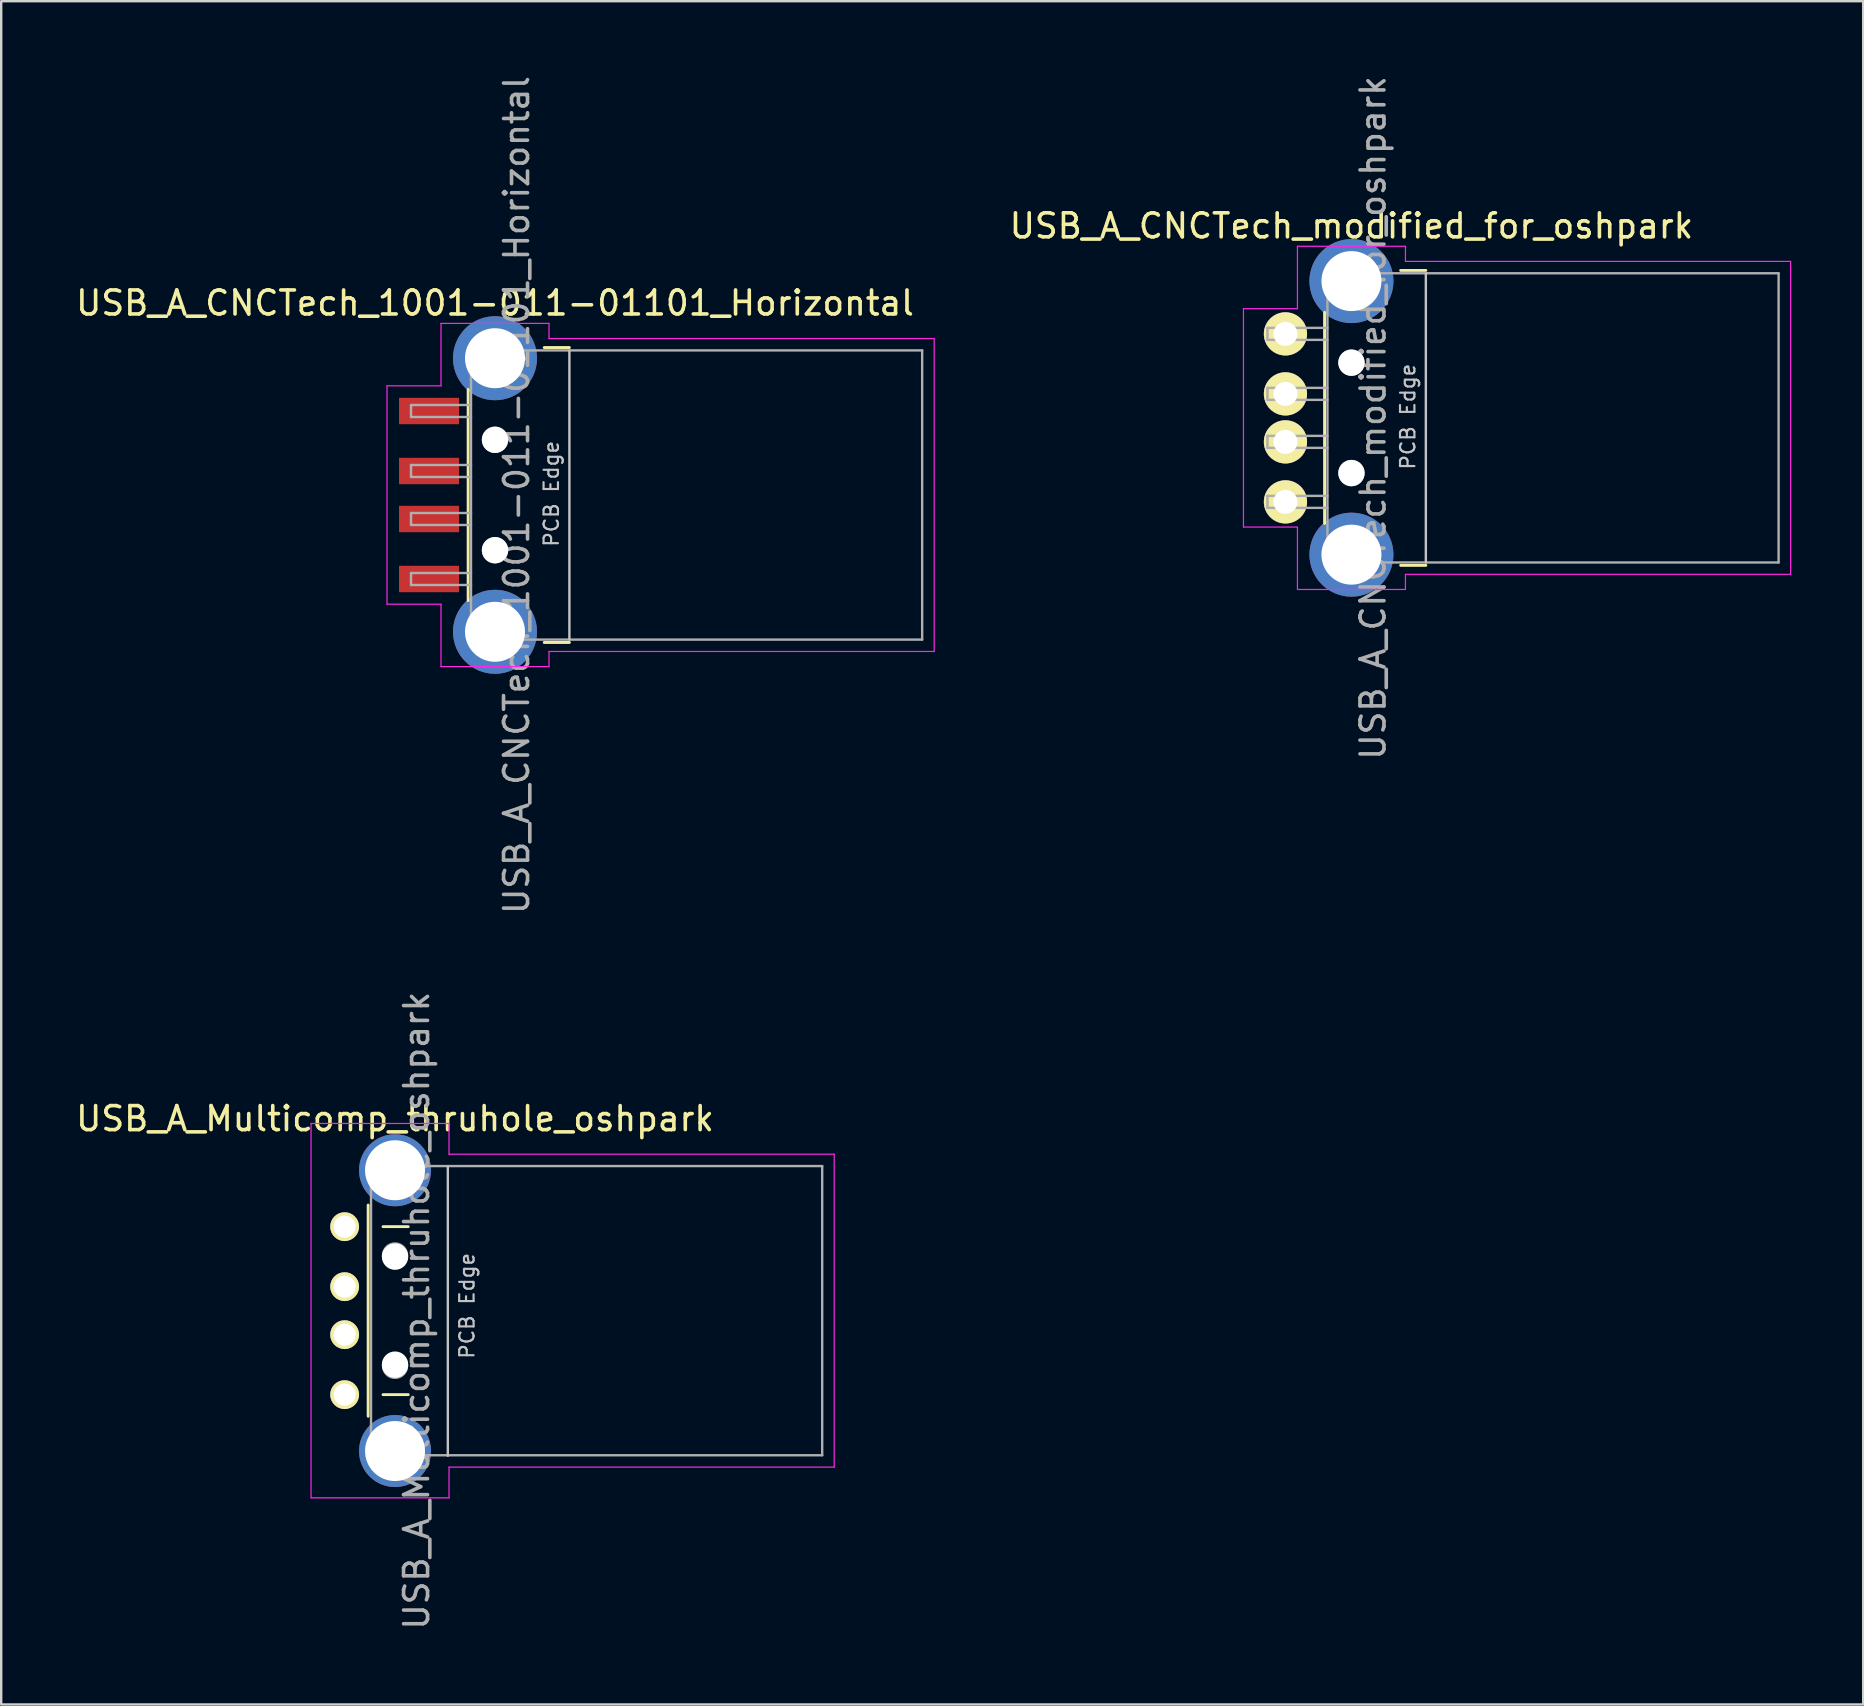
<source format=kicad_pcb>
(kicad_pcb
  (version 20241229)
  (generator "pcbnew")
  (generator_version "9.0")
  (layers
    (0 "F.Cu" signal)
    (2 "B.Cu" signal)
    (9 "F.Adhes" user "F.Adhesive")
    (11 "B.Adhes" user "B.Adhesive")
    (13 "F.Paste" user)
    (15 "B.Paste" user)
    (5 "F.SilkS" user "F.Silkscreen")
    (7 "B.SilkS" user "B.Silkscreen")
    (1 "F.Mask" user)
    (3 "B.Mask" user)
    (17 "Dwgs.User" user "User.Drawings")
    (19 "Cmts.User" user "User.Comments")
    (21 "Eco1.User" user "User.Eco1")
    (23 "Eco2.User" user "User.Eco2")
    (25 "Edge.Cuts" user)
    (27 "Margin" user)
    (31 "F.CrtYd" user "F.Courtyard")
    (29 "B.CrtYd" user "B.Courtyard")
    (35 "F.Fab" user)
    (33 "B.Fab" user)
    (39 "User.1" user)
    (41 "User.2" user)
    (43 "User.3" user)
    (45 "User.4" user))
  (footprint "USB_A_CNCTech_modified_for_oshpark"
    (layer "F.Cu")
    (at 60.165 14.363)
    (property "Reference" "USB_A_CNCTech_modified_for_oshpark" (at -6.9 -8 0) (layer "F.SilkS") (effects (font (size 1 1) (thickness 0.15))))
    (attr smd)
    (fp_line (start -8.02 -4.4) (end -8.02 4.4) (stroke (width 0.12) (type solid)) (layer "F.SilkS"))
    (fp_line (start -4.85 -6.145) (end -3.8 -6.145) (stroke (width 0.12) (type solid)) (layer "F.SilkS"))
    (fp_line (start -4.85 6.145) (end -3.8 6.145) (stroke (width 0.12) (type solid)) (layer "F.SilkS"))
    (fp_line (start -3.8 6.025) (end -3.8 -6.025) (stroke (width 0.1) (type solid)) (layer "Dwgs.User"))
    (fp_line (start -11.4 -4.55) (end -9.15 -4.55) (stroke (width 0.05) (type solid)) (layer "F.CrtYd"))
    (fp_line (start -11.4 4.55) (end -11.4 -4.55) (stroke (width 0.05) (type solid)) (layer "F.CrtYd"))
    (fp_line (start -11.4 4.55) (end -9.15 4.55) (stroke (width 0.05) (type solid)) (layer "F.CrtYd"))
    (fp_line (start -9.15 -7.15) (end -9.15 -4.55) (stroke (width 0.05) (type solid)) (layer "F.CrtYd"))
    (fp_line (start -9.15 -7.15) (end -4.65 -7.15) (stroke (width 0.05) (type solid)) (layer "F.CrtYd"))
    (fp_line (start -9.15 4.55) (end -9.15 7.15) (stroke (width 0.05) (type solid)) (layer "F.CrtYd"))
    (fp_line (start -9.15 7.15) (end -4.65 7.15) (stroke (width 0.05) (type solid)) (layer "F.CrtYd"))
    (fp_line (start -4.65 -6.52) (end -4.65 -7.15) (stroke (width 0.05) (type solid)) (layer "F.CrtYd"))
    (fp_line (start -4.65 -6.52) (end 11.4 -6.52) (stroke (width 0.05) (type solid)) (layer "F.CrtYd"))
    (fp_line (start -4.65 6.52) (end 11.4 6.52) (stroke (width 0.05) (type solid)) (layer "F.CrtYd"))
    (fp_line (start -4.65 7.15) (end -4.65 6.52) (stroke (width 0.05) (type solid)) (layer "F.CrtYd"))
    (fp_line (start 11.4 6.52) (end 11.4 -6.52) (stroke (width 0.05) (type solid)) (layer "F.CrtYd"))
    (fp_line (start -10.4 -3.75) (end -7.9 -3.75) (stroke (width 0.1) (type solid)) (layer "F.Fab"))
    (fp_line (start -10.4 -3.25) (end -10.4 -3.75) (stroke (width 0.1) (type solid)) (layer "F.Fab"))
    (fp_line (start -10.4 -3.25) (end -7.9 -3.25) (stroke (width 0.1) (type solid)) (layer "F.Fab"))
    (fp_line (start -10.4 -1.25) (end -7.9 -1.25) (stroke (width 0.1) (type solid)) (layer "F.Fab"))
    (fp_line (start -10.4 -0.75) (end -10.4 -1.25) (stroke (width 0.1) (type solid)) (layer "F.Fab"))
    (fp_line (start -10.4 -0.75) (end -7.9 -0.75) (stroke (width 0.1) (type solid)) (layer "F.Fab"))
    (fp_line (start -10.4 0.75) (end -7.9 0.75) (stroke (width 0.1) (type solid)) (layer "F.Fab"))
    (fp_line (start -10.4 1.25) (end -10.4 0.75) (stroke (width 0.1) (type solid)) (layer "F.Fab"))
    (fp_line (start -10.4 1.25) (end -7.9 1.25) (stroke (width 0.1) (type solid)) (layer "F.Fab"))
    (fp_line (start -10.4 3.25) (end -7.9 3.25) (stroke (width 0.1) (type solid)) (layer "F.Fab"))
    (fp_line (start -10.4 3.75) (end -10.4 3.25) (stroke (width 0.1) (type solid)) (layer "F.Fab"))
    (fp_line (start -10.4 3.75) (end -7.9 3.75) (stroke (width 0.1) (type solid)) (layer "F.Fab"))
    (fp_line (start -7.9 -6.025) (end 10.9 -6.025) (stroke (width 0.1) (type solid)) (layer "F.Fab"))
    (fp_line (start -7.9 6.025) (end -7.9 -6.025) (stroke (width 0.1) (type solid)) (layer "F.Fab"))
    (fp_line (start -7.9 6.025) (end 10.9 6.025) (stroke (width 0.1) (type solid)) (layer "F.Fab"))
    (fp_line (start 10.9 6.025) (end 10.9 -6.025) (stroke (width 0.1) (type solid)) (layer "F.Fab"))
    (fp_circle (center -6.9 -2.3) (end -6.9 -2.8) (stroke (width 0.1) (type solid)) (fill no) (layer "F.Fab"))
    (fp_circle (center -6.9 2.3) (end -6.9 2.8) (stroke (width 0.1) (type solid)) (fill no) (layer "F.Fab"))
    (fp_text user "PCB Edge" (at -4.55 -0.05 90) (layer "Dwgs.User") (effects (font (size 0.6 0.6) (thickness 0.09))))
    (fp_text user "${REFERENCE}" (at -6 0 90) (layer "F.Fab") (effects (font (size 1 1) (thickness 0.15))))
    (pad "" np_thru_hole circle (at -6.9 -2.3) (size 1.1 1.1) (drill 1.1) (layers "*.Cu" "*.Mask"))
    (pad "" np_thru_hole circle (at -6.9 2.3) (size 1.1 1.1) (drill 1.1) (layers "*.Cu" "*.Mask"))
    (pad "1" thru_hole circle (at -9.65 -3.5) (size 1.8 1.8) (drill 1) (layers "*.Cu" "*.Mask" "F.SilkS"))
    (pad "2" thru_hole circle (at -9.65 -1) (size 1.8 1.8) (drill 1) (layers "*.Cu" "*.Mask" "F.SilkS"))
    (pad "3" thru_hole circle (at -9.65 1) (size 1.8 1.8) (drill 1) (layers "*.Cu" "*.Mask" "F.SilkS"))
    (pad "4" thru_hole circle (at -9.65 3.5) (size 1.8 1.8) (drill 1) (layers "*.Cu" "*.Mask" "F.SilkS"))
    (pad "5" thru_hole circle (at -6.9 -5.7) (size 3.5 3.5) (drill 2.5) (layers "*.Cu" "*.Mask"))
    (pad "5" thru_hole circle (at -6.9 5.7) (size 3.5 3.5) (drill 2.5) (layers "*.Cu" "*.Mask")))
  (footprint "USB_A_Multicomp_thruhole_oshpark"
    (layer "F.Cu")
    (at 13.411 51.565)
    (property "Reference" "USB_A_Multicomp_thruhole_oshpark" (at 0 -8 0) (layer "F.SilkS") (effects (font (size 1 1) (thickness 0.15))))
    (attr smd)
    (fp_line (start -1.12 -4.4) (end -1.12 4.4) (stroke (width 0.12) (type solid)) (layer "F.SilkS"))
    (fp_line (start -0.5 -3.5) (end 0.55 -3.5) (stroke (width 0.12) (type solid)) (layer "F.SilkS"))
    (fp_line (start -0.5 3.5) (end 0.55 3.5) (stroke (width 0.12) (type solid)) (layer "F.SilkS"))
    (fp_line (start 2.2 6.05) (end 2.2 -6) (stroke (width 0.1) (type solid)) (layer "Dwgs.User"))
    (fp_line (start -3.5 -7.8) (end 2.25 -7.8) (stroke (width 0.05) (type solid)) (layer "F.CrtYd"))
    (fp_line (start -3.5 7.8) (end -3.5 -7.8) (stroke (width 0.05) (type solid)) (layer "F.CrtYd"))
    (fp_line (start -3.5 7.8) (end 2.25 7.8) (stroke (width 0.05) (type solid)) (layer "F.CrtYd"))
    (fp_line (start 2.25 -6.52) (end 2.25 -7.8) (stroke (width 0.05) (type solid)) (layer "F.CrtYd"))
    (fp_line (start 2.25 -6.52) (end 18.3 -6.52) (stroke (width 0.05) (type solid)) (layer "F.CrtYd"))
    (fp_line (start 2.25 6.52) (end 18.3 6.52) (stroke (width 0.05) (type solid)) (layer "F.CrtYd"))
    (fp_line (start 2.25 7.8) (end 2.25 6.52) (stroke (width 0.05) (type solid)) (layer "F.CrtYd"))
    (fp_line (start 18.3 6.52) (end 18.3 -6.52) (stroke (width 0.05) (type solid)) (layer "F.CrtYd"))
    (fp_line (start -1 -6.025) (end 17.8 -6.025) (stroke (width 0.1) (type solid)) (layer "F.Fab"))
    (fp_line (start -1 6.025) (end -1 -6.025) (stroke (width 0.1) (type solid)) (layer "F.Fab"))
    (fp_line (start -1 6.025) (end 17.8 6.025) (stroke (width 0.1) (type solid)) (layer "F.Fab"))
    (fp_line (start 17.8 6.025) (end 17.8 -6.025) (stroke (width 0.1) (type solid)) (layer "F.Fab"))
    (fp_circle (center 0 -2.3) (end 0 -2.8) (stroke (width 0.1) (type solid)) (fill no) (layer "F.Fab"))
    (fp_circle (center 0 2.3) (end 0 2.8) (stroke (width 0.1) (type solid)) (fill no) (layer "F.Fab"))
    (fp_text user "PCB Edge" (at 3 -0.2 90) (layer "Dwgs.User") (effects (font (size 0.6 0.6) (thickness 0.09))))
    (fp_text user "${REFERENCE}" (at 0.9 0 90) (layer "F.Fab") (effects (font (size 1 1) (thickness 0.15))))
    (pad "" np_thru_hole circle (at 0 -2.25) (size 1.1 1.1) (drill 1.1) (layers "*.Cu" "*.Mask"))
    (pad "" np_thru_hole circle (at 0 2.25) (size 1.1 1.1) (drill 1.1) (layers "*.Cu" "*.Mask"))
    (pad "1" thru_hole circle (at -2.1 -3.5) (size 1.2 1.2) (drill 0.92) (layers "*.Cu" "*.Mask" "F.SilkS"))
    (pad "2" thru_hole circle (at -2.1 -1) (size 1.2 1.2) (drill 0.92) (layers "*.Cu" "*.Mask" "F.SilkS"))
    (pad "3" thru_hole circle (at -2.1 1) (size 1.2 1.2) (drill 0.92) (layers "*.Cu" "*.Mask" "F.SilkS"))
    (pad "4" thru_hole circle (at -2.1 3.5) (size 1.2 1.2) (drill 0.92) (layers "*.Cu" "*.Mask" "F.SilkS"))
    (pad "5" thru_hole circle (at 0 -5.85) (size 3 3) (drill 2.5) (layers "*.Cu" "*.Mask"))
    (pad "5" thru_hole circle (at 0 5.85) (size 3 3) (drill 2.5) (layers "*.Cu" "*.Mask")))
  (footprint "USB_A_CNCTech_1001-011-01101_Horizontal"
    (layer "F.Cu")
    (at 24.477 17.577)
    (property "Reference" "USB_A_CNCTech_1001-011-01101_Horizontal" (at -6.9 -8 0) (layer "F.SilkS") (effects (font (size 1 1) (thickness 0.15))))
    (attr smd)
    (fp_line (start -8.02 -4.4) (end -8.02 4.4) (stroke (width 0.12) (type solid)) (layer "F.SilkS"))
    (fp_line (start -4.85 -6.145) (end -3.8 -6.145) (stroke (width 0.12) (type solid)) (layer "F.SilkS"))
    (fp_line (start -4.85 6.145) (end -3.8 6.145) (stroke (width 0.12) (type solid)) (layer "F.SilkS"))
    (fp_line (start -3.8 6.025) (end -3.8 -6.025) (stroke (width 0.1) (type solid)) (layer "Dwgs.User"))
    (fp_line (start -11.4 -4.55) (end -9.15 -4.55) (stroke (width 0.05) (type solid)) (layer "F.CrtYd"))
    (fp_line (start -11.4 4.55) (end -11.4 -4.55) (stroke (width 0.05) (type solid)) (layer "F.CrtYd"))
    (fp_line (start -11.4 4.55) (end -9.15 4.55) (stroke (width 0.05) (type solid)) (layer "F.CrtYd"))
    (fp_line (start -9.15 -7.15) (end -9.15 -4.55) (stroke (width 0.05) (type solid)) (layer "F.CrtYd"))
    (fp_line (start -9.15 -7.15) (end -4.65 -7.15) (stroke (width 0.05) (type solid)) (layer "F.CrtYd"))
    (fp_line (start -9.15 4.55) (end -9.15 7.15) (stroke (width 0.05) (type solid)) (layer "F.CrtYd"))
    (fp_line (start -9.15 7.15) (end -4.65 7.15) (stroke (width 0.05) (type solid)) (layer "F.CrtYd"))
    (fp_line (start -4.65 -6.52) (end -4.65 -7.15) (stroke (width 0.05) (type solid)) (layer "F.CrtYd"))
    (fp_line (start -4.65 -6.52) (end 11.4 -6.52) (stroke (width 0.05) (type solid)) (layer "F.CrtYd"))
    (fp_line (start -4.65 6.52) (end 11.4 6.52) (stroke (width 0.05) (type solid)) (layer "F.CrtYd"))
    (fp_line (start -4.65 7.15) (end -4.65 6.52) (stroke (width 0.05) (type solid)) (layer "F.CrtYd"))
    (fp_line (start 11.4 6.52) (end 11.4 -6.52) (stroke (width 0.05) (type solid)) (layer "F.CrtYd"))
    (fp_line (start -10.4 -3.75) (end -7.9 -3.75) (stroke (width 0.1) (type solid)) (layer "F.Fab"))
    (fp_line (start -10.4 -3.25) (end -10.4 -3.75) (stroke (width 0.1) (type solid)) (layer "F.Fab"))
    (fp_line (start -10.4 -3.25) (end -7.9 -3.25) (stroke (width 0.1) (type solid)) (layer "F.Fab"))
    (fp_line (start -10.4 -1.25) (end -7.9 -1.25) (stroke (width 0.1) (type solid)) (layer "F.Fab"))
    (fp_line (start -10.4 -0.75) (end -10.4 -1.25) (stroke (width 0.1) (type solid)) (layer "F.Fab"))
    (fp_line (start -10.4 -0.75) (end -7.9 -0.75) (stroke (width 0.1) (type solid)) (layer "F.Fab"))
    (fp_line (start -10.4 0.75) (end -7.9 0.75) (stroke (width 0.1) (type solid)) (layer "F.Fab"))
    (fp_line (start -10.4 1.25) (end -10.4 0.75) (stroke (width 0.1) (type solid)) (layer "F.Fab"))
    (fp_line (start -10.4 1.25) (end -7.9 1.25) (stroke (width 0.1) (type solid)) (layer "F.Fab"))
    (fp_line (start -10.4 3.25) (end -7.9 3.25) (stroke (width 0.1) (type solid)) (layer "F.Fab"))
    (fp_line (start -10.4 3.75) (end -10.4 3.25) (stroke (width 0.1) (type solid)) (layer "F.Fab"))
    (fp_line (start -10.4 3.75) (end -7.9 3.75) (stroke (width 0.1) (type solid)) (layer "F.Fab"))
    (fp_line (start -7.9 -6.025) (end 10.9 -6.025) (stroke (width 0.1) (type solid)) (layer "F.Fab"))
    (fp_line (start -7.9 6.025) (end -7.9 -6.025) (stroke (width 0.1) (type solid)) (layer "F.Fab"))
    (fp_line (start -7.9 6.025) (end 10.9 6.025) (stroke (width 0.1) (type solid)) (layer "F.Fab"))
    (fp_line (start 10.9 6.025) (end 10.9 -6.025) (stroke (width 0.1) (type solid)) (layer "F.Fab"))
    (fp_circle (center -6.9 -2.3) (end -6.9 -2.8) (stroke (width 0.1) (type solid)) (fill no) (layer "F.Fab"))
    (fp_circle (center -6.9 2.3) (end -6.9 2.8) (stroke (width 0.1) (type solid)) (fill no) (layer "F.Fab"))
    (fp_text user "PCB Edge" (at -4.55 -0.05 90) (layer "Dwgs.User") (effects (font (size 0.6 0.6) (thickness 0.09))))
    (fp_text user "${REFERENCE}" (at -6 0 90) (layer "F.Fab") (effects (font (size 1 1) (thickness 0.15))))
    (pad "" np_thru_hole circle (at -6.9 -2.3) (size 1.1 1.1) (drill 1.1) (layers "*.Cu" "*.Mask"))
    (pad "" np_thru_hole circle (at -6.9 2.3) (size 1.1 1.1) (drill 1.1) (layers "*.Cu" "*.Mask"))
    (pad "1" smd rect (at -9.65 -3.5) (size 2.5 1.1) (layers "F.Cu" "F.Mask" "F.Paste"))
    (pad "2" smd rect (at -9.65 -1) (size 2.5 1.1) (layers "F.Cu" "F.Mask" "F.Paste"))
    (pad "3" smd rect (at -9.65 1) (size 2.5 1.1) (layers "F.Cu" "F.Mask" "F.Paste"))
    (pad "4" smd rect (at -9.65 3.5) (size 2.5 1.1) (layers "F.Cu" "F.Mask" "F.Paste"))
    (pad "5" thru_hole circle (at -6.9 -5.7) (size 3.5 3.5) (drill 2.5) (layers "*.Cu" "*.Mask"))
    (pad "5" thru_hole circle (at -6.9 5.7) (size 3.5 3.5) (drill 2.5) (layers "*.Cu" "*.Mask")))
  (gr_rect
    (start -3 -3)
    (end 74.59 67.976)
    (stroke (width 0.1) (type default))
    (fill no)
    (layer "Edge.Cuts")))
</source>
